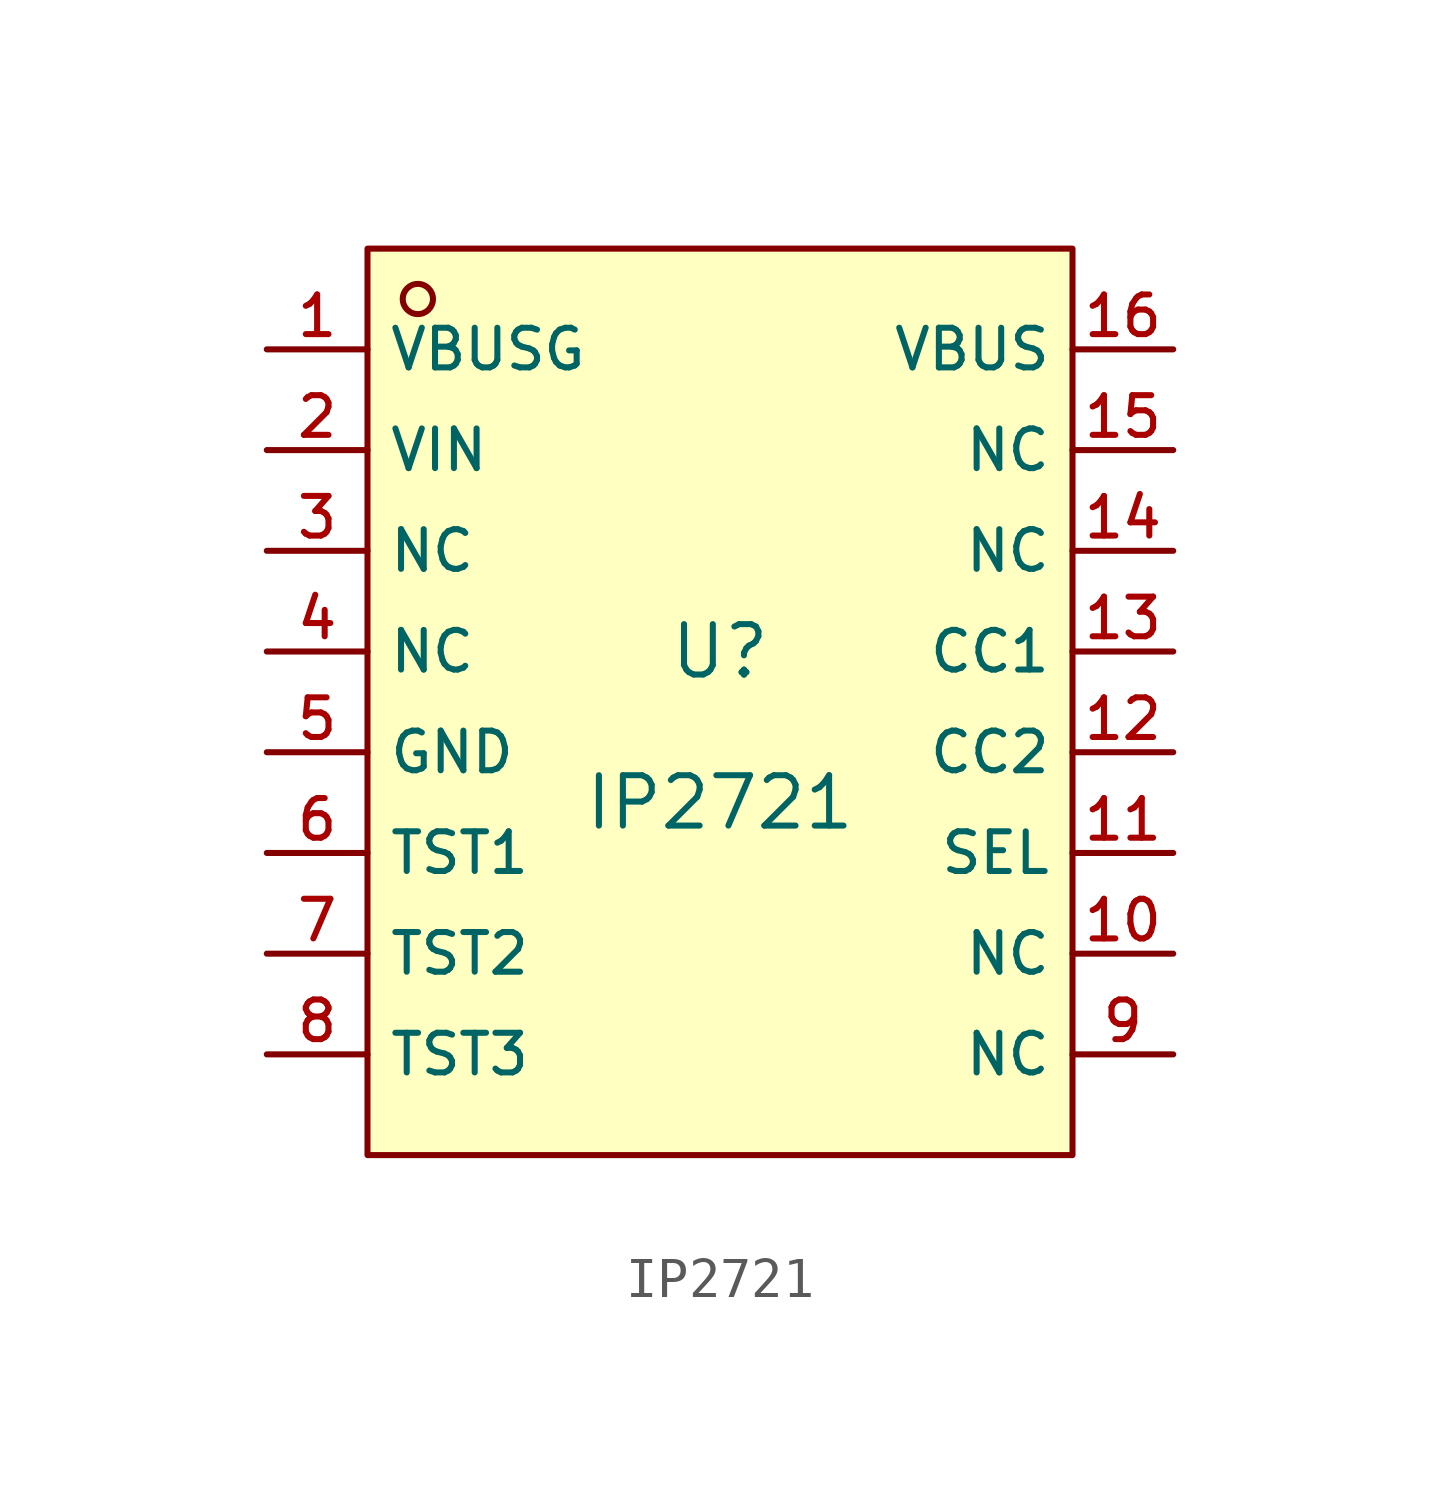
<source format=kicad_sym>
(kicad_symbol_lib
  (version 20210201)
  (generator TousstNicolas/JLC2KiCad_lib)
  (symbol "IP2721"
    (property "Reference" "U"
      (at 0 1.27 0)
      (effects (font (size 1.27 1.27))))
    (property "Value" "IP2721"
      (at 0 -2.54 0)
      (effects (font (size 1.27 1.27))))
    (symbol "IP2721_0_1"
      (rectangle (start -8.89 11.43) (end 8.89 -11.43) (stroke (width 0) (type default) (color 0 0 0 0)) (fill (type background)))
      (circle (center -7.62 10.16) (radius 0.381) (stroke (width 0) (type default) (color 0 0 0 0)) (fill (type background)))
      (pin unspecified line (at -11.43 8.89 0) (length 2.54) (name "VBUSG" (effects (font (size 1 1)))) (number "1" (effects (font (size 1 1)))))
      (pin unspecified line (at -11.43 6.35 0) (length 2.54) (name "VIN" (effects (font (size 1 1)))) (number "2" (effects (font (size 1 1)))))
      (pin unspecified line (at -11.43 3.81 0) (length 2.54) (name "NC" (effects (font (size 1 1)))) (number "3" (effects (font (size 1 1)))))
      (pin unspecified line (at -11.43 1.27 0) (length 2.54) (name "NC" (effects (font (size 1 1)))) (number "4" (effects (font (size 1 1)))))
      (pin unspecified line (at -11.43 -1.27 0) (length 2.54) (name "GND" (effects (font (size 1 1)))) (number "5" (effects (font (size 1 1)))))
      (pin unspecified line (at -11.43 -3.81 0) (length 2.54) (name "TST1" (effects (font (size 1 1)))) (number "6" (effects (font (size 1 1)))))
      (pin unspecified line (at -11.43 -6.35 0) (length 2.54) (name "TST2" (effects (font (size 1 1)))) (number "7" (effects (font (size 1 1)))))
      (pin unspecified line (at -11.43 -8.89 0) (length 2.54) (name "TST3" (effects (font (size 1 1)))) (number "8" (effects (font (size 1 1)))))
      (pin unspecified line (at 11.43 -8.89 180) (length 2.54) (name "NC" (effects (font (size 1 1)))) (number "9" (effects (font (size 1 1)))))
      (pin unspecified line (at 11.43 -6.35 180) (length 2.54) (name "NC" (effects (font (size 1 1)))) (number "10" (effects (font (size 1 1)))))
      (pin unspecified line (at 11.43 -3.81 180) (length 2.54) (name "SEL" (effects (font (size 1 1)))) (number "11" (effects (font (size 1 1)))))
      (pin unspecified line (at 11.43 -1.27 180) (length 2.54) (name "CC2" (effects (font (size 1 1)))) (number "12" (effects (font (size 1 1)))))
      (pin unspecified line (at 11.43 1.27 180) (length 2.54) (name "CC1" (effects (font (size 1 1)))) (number "13" (effects (font (size 1 1)))))
      (pin unspecified line (at 11.43 3.81 180) (length 2.54) (name "NC" (effects (font (size 1 1)))) (number "14" (effects (font (size 1 1)))))
      (pin unspecified line (at 11.43 6.35 180) (length 2.54) (name "NC" (effects (font (size 1 1)))) (number "15" (effects (font (size 1 1)))))
      (pin unspecified line (at 11.43 8.89 180) (length 2.54) (name "VBUS" (effects (font (size 1 1)))) (number "16" (effects (font (size 1 1))))))))
</source>
